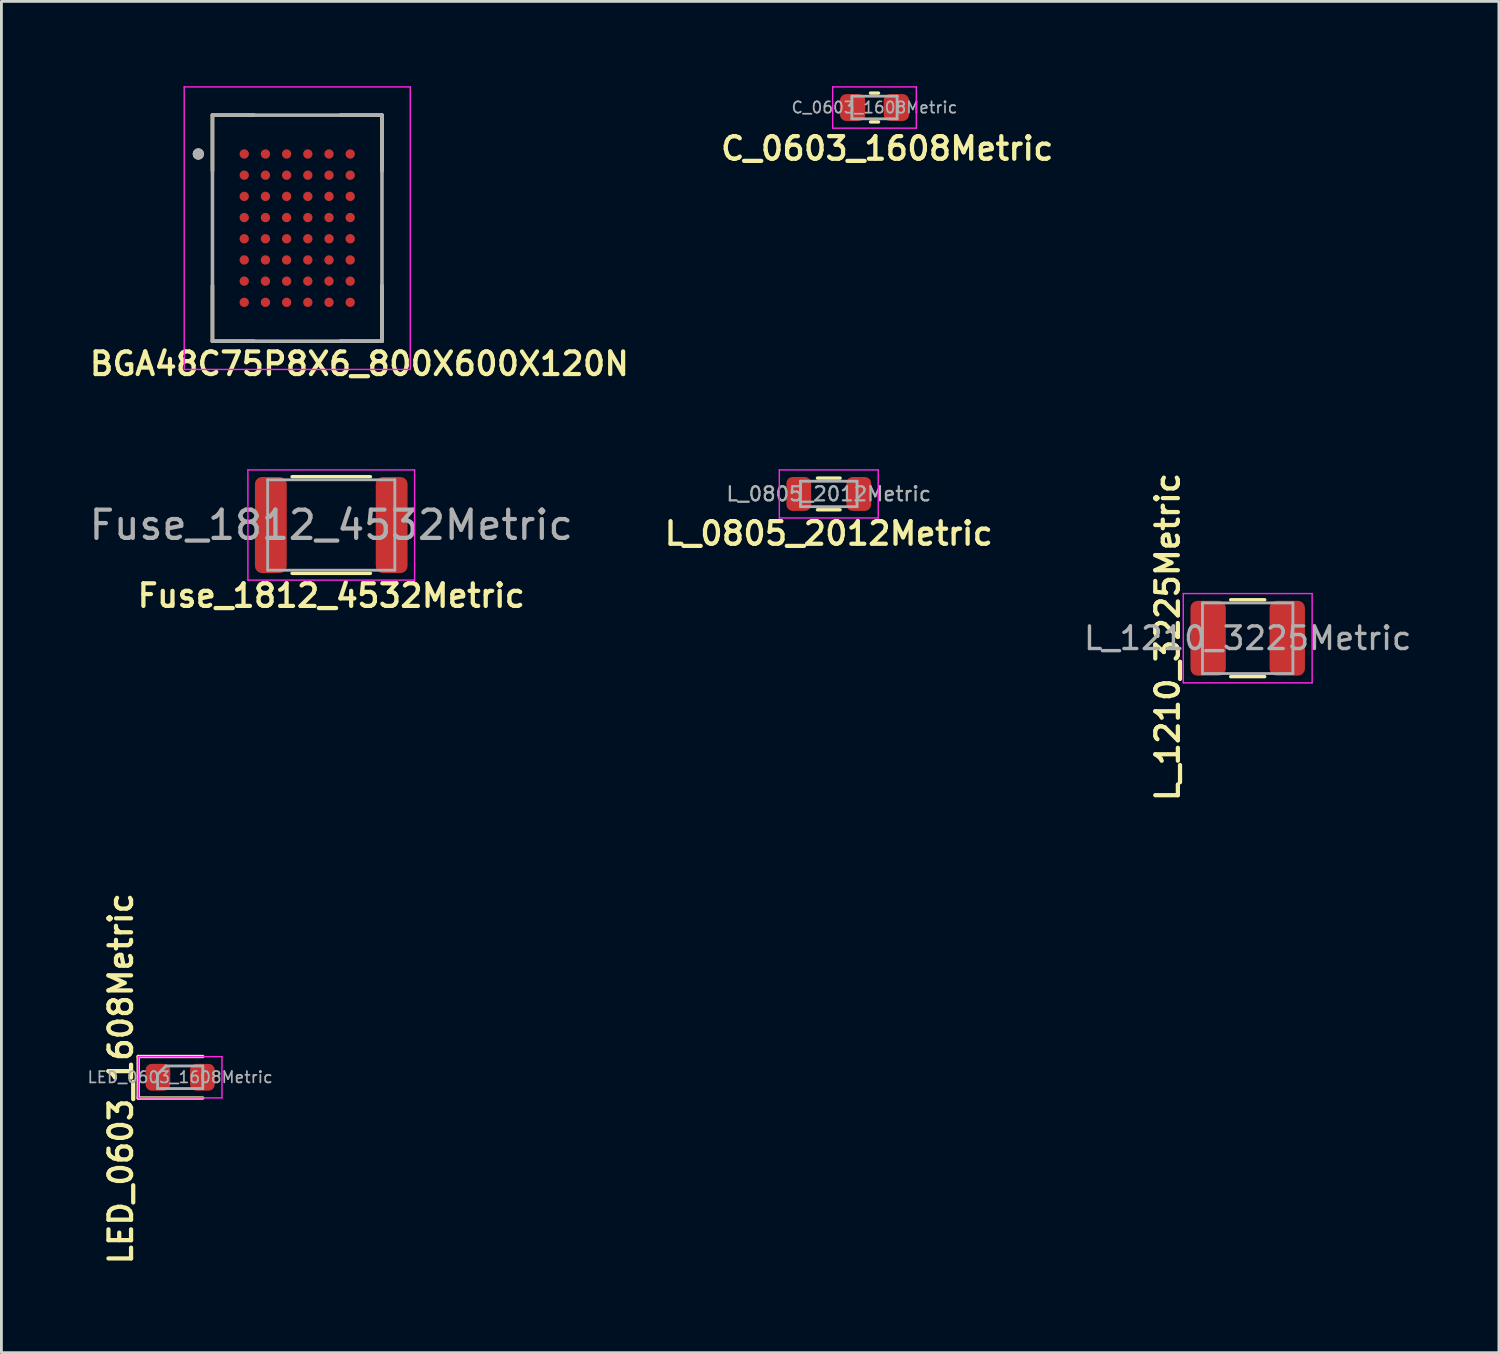
<source format=kicad_pcb>
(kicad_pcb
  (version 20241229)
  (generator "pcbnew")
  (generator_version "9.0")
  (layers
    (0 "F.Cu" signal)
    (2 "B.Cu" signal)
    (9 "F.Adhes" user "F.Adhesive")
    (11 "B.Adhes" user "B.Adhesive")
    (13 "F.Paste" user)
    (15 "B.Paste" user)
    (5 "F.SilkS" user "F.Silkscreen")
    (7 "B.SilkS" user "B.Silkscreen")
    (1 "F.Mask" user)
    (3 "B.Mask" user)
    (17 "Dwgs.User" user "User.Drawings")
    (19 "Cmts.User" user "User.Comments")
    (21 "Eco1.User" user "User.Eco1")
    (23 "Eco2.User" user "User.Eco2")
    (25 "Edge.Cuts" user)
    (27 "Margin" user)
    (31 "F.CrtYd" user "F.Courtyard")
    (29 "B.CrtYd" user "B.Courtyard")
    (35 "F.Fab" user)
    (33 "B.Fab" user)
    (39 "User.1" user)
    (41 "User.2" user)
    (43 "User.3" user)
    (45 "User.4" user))
  (footprint "C_0603_1608Metric"
    (layer "F.Cu")
    (at 27.899 0.755)
    (property "Reference" "C_0603_1608Metric" (at 0.45 1.45 0) (layer "F.SilkS") (effects (font (size 0.8 0.8) (thickness 0.15))))
    (attr smd)
    (fp_line (start -0.141 -0.51) (end 0.141 -0.51) (stroke (width 0.12) (type solid)) (layer "F.SilkS"))
    (fp_line (start -0.141 0.51) (end 0.141 0.51) (stroke (width 0.12) (type solid)) (layer "F.SilkS"))
    (fp_line (start -1.48 -0.73) (end 1.48 -0.73) (stroke (width 0.05) (type solid)) (layer "F.CrtYd"))
    (fp_line (start -1.48 0.73) (end -1.48 -0.73) (stroke (width 0.05) (type solid)) (layer "F.CrtYd"))
    (fp_line (start 1.48 -0.73) (end 1.48 0.73) (stroke (width 0.05) (type solid)) (layer "F.CrtYd"))
    (fp_line (start 1.48 0.73) (end -1.48 0.73) (stroke (width 0.05) (type solid)) (layer "F.CrtYd"))
    (fp_line (start -0.8 -0.4) (end 0.8 -0.4) (stroke (width 0.1) (type solid)) (layer "F.Fab"))
    (fp_line (start -0.8 0.4) (end -0.8 -0.4) (stroke (width 0.1) (type solid)) (layer "F.Fab"))
    (fp_line (start 0.8 -0.4) (end 0.8 0.4) (stroke (width 0.1) (type solid)) (layer "F.Fab"))
    (fp_line (start 0.8 0.4) (end -0.8 0.4) (stroke (width 0.1) (type solid)) (layer "F.Fab"))
    (fp_text user "${REFERENCE}" (at 0 0 0) (layer "F.Fab") (effects (font (size 0.4 0.4) (thickness 0.06))))
    (pad "1" smd roundrect (at -0.775 0 180) (size 0.9 0.95) (layers "F.Cu" "F.Mask" "F.Paste") (roundrect_rratio 0.25))
    (pad "2" smd roundrect (at 0.775 0 180) (size 0.9 0.95) (layers "F.Cu" "F.Mask" "F.Paste") (roundrect_rratio 0.25)))
  (footprint "Fuse_1812_4532Metric"
    (layer "F.Cu")
    (at 8.673 15.531)
    (property "Reference" "Fuse_1812_4532Metric" (at 0 2.5 0) (layer "F.SilkS") (effects (font (size 0.8 0.8) (thickness 0.15))))
    (attr smd)
    (fp_line (start -1.386 -1.71) (end 1.386 -1.71) (stroke (width 0.12) (type solid)) (layer "F.SilkS"))
    (fp_line (start -1.386 1.71) (end 1.386 1.71) (stroke (width 0.12) (type solid)) (layer "F.SilkS"))
    (fp_line (start -2.95 -1.95) (end 2.95 -1.95) (stroke (width 0.05) (type solid)) (layer "F.CrtYd"))
    (fp_line (start -2.95 1.95) (end -2.95 -1.95) (stroke (width 0.05) (type solid)) (layer "F.CrtYd"))
    (fp_line (start 2.95 -1.95) (end 2.95 1.95) (stroke (width 0.05) (type solid)) (layer "F.CrtYd"))
    (fp_line (start 2.95 1.95) (end -2.95 1.95) (stroke (width 0.05) (type solid)) (layer "F.CrtYd"))
    (fp_line (start -2.25 -1.6) (end 2.25 -1.6) (stroke (width 0.1) (type solid)) (layer "F.Fab"))
    (fp_line (start -2.25 1.6) (end -2.25 -1.6) (stroke (width 0.1) (type solid)) (layer "F.Fab"))
    (fp_line (start 2.25 -1.6) (end 2.25 1.6) (stroke (width 0.1) (type solid)) (layer "F.Fab"))
    (fp_line (start 2.25 1.6) (end -2.25 1.6) (stroke (width 0.1) (type solid)) (layer "F.Fab"))
    (fp_text user "${REFERENCE}" (at 0 0 180) (layer "F.Fab") (effects (font (size 1 1) (thickness 0.15))))
    (pad "1" smd roundrect (at -2.138 0) (size 1.125 3.4) (layers "F.Cu" "F.Mask" "F.Paste") (roundrect_rratio 0.222))
    (pad "2" smd roundrect (at 2.138 0) (size 1.125 3.4) (layers "F.Cu" "F.Mask" "F.Paste") (roundrect_rratio 0.222)))
  (footprint "LED_0603_1608Metric"
    (layer "F.Cu")
    (at 3.326 35.075)
    (property "Reference" "LED_0603_1608Metric" (at -2.1 0.05 90) (layer "F.SilkS") (effects (font (size 0.8 0.8) (thickness 0.15))))
    (attr smd)
    (fp_line (start -1.485 -0.735) (end -1.485 0.735) (stroke (width 0.12) (type solid)) (layer "F.SilkS"))
    (fp_line (start -1.485 0.735) (end 0.8 0.735) (stroke (width 0.12) (type solid)) (layer "F.SilkS"))
    (fp_line (start 0.8 -0.735) (end -1.485 -0.735) (stroke (width 0.12) (type solid)) (layer "F.SilkS"))
    (fp_line (start -1.48 -0.73) (end 1.48 -0.73) (stroke (width 0.05) (type solid)) (layer "F.CrtYd"))
    (fp_line (start -1.48 0.73) (end -1.48 -0.73) (stroke (width 0.05) (type solid)) (layer "F.CrtYd"))
    (fp_line (start 1.48 -0.73) (end 1.48 0.73) (stroke (width 0.05) (type solid)) (layer "F.CrtYd"))
    (fp_line (start 1.48 0.73) (end -1.48 0.73) (stroke (width 0.05) (type solid)) (layer "F.CrtYd"))
    (fp_line (start -0.8 -0.1) (end -0.8 0.4) (stroke (width 0.1) (type solid)) (layer "F.Fab"))
    (fp_line (start -0.8 0.4) (end 0.8 0.4) (stroke (width 0.1) (type solid)) (layer "F.Fab"))
    (fp_line (start -0.5 -0.4) (end -0.8 -0.1) (stroke (width 0.1) (type solid)) (layer "F.Fab"))
    (fp_line (start 0.8 -0.4) (end -0.5 -0.4) (stroke (width 0.1) (type solid)) (layer "F.Fab"))
    (fp_line (start 0.8 0.4) (end 0.8 -0.4) (stroke (width 0.1) (type solid)) (layer "F.Fab"))
    (fp_text user "${REFERENCE}" (at 0 0 0) (layer "F.Fab") (effects (font (size 0.4 0.4) (thickness 0.06))))
    (pad "1" smd roundrect (at -0.787 0) (size 0.875 0.95) (layers "F.Cu" "F.Mask" "F.Paste") (roundrect_rratio 0.25))
    (pad "2" smd roundrect (at 0.787 0) (size 0.875 0.95) (layers "F.Cu" "F.Mask" "F.Paste") (roundrect_rratio 0.25)))
  (footprint "L_1210_3225Metric"
    (layer "F.Cu")
    (at 41.107 19.537)
    (property "Reference" "L_1210_3225Metric" (at -2.834 -0.045 270) (layer "F.SilkS") (effects (font (size 0.8 0.8) (thickness 0.15))))
    (attr smd)
    (fp_line (start -0.602 -1.36) (end 0.602 -1.36) (stroke (width 0.12) (type solid)) (layer "F.SilkS"))
    (fp_line (start -0.602 1.36) (end 0.602 1.36) (stroke (width 0.12) (type solid)) (layer "F.SilkS"))
    (fp_line (start -2.28 -1.58) (end 2.28 -1.58) (stroke (width 0.05) (type solid)) (layer "F.CrtYd"))
    (fp_line (start -2.28 1.58) (end -2.28 -1.58) (stroke (width 0.05) (type solid)) (layer "F.CrtYd"))
    (fp_line (start 2.28 -1.58) (end 2.28 1.58) (stroke (width 0.05) (type solid)) (layer "F.CrtYd"))
    (fp_line (start 2.28 1.58) (end -2.28 1.58) (stroke (width 0.05) (type solid)) (layer "F.CrtYd"))
    (fp_line (start -1.6 -1.25) (end 1.6 -1.25) (stroke (width 0.1) (type solid)) (layer "F.Fab"))
    (fp_line (start -1.6 1.25) (end -1.6 -1.25) (stroke (width 0.1) (type solid)) (layer "F.Fab"))
    (fp_line (start 1.6 -1.25) (end 1.6 1.25) (stroke (width 0.1) (type solid)) (layer "F.Fab"))
    (fp_line (start 1.6 1.25) (end -1.6 1.25) (stroke (width 0.1) (type solid)) (layer "F.Fab"))
    (fp_text user "${REFERENCE}" (at 0 0 180) (layer "F.Fab") (effects (font (size 0.8 0.8) (thickness 0.12))))
    (pad "1" smd roundrect (at -1.4 0) (size 1.25 2.65) (layers "F.Cu" "F.Mask" "F.Paste") (roundrect_rratio 0.2))
    (pad "2" smd roundrect (at 1.4 0) (size 1.25 2.65) (layers "F.Cu" "F.Mask" "F.Paste") (roundrect_rratio 0.2)))
  (footprint "BGA48C75P8X6_800X600X120N"
    (layer "F.Cu")
    (at 7.469 5.025)
    (property "Reference" "BGA48C75P8X6_800X600X120N" (at 2.2 4.8 180) (layer "F.SilkS") (effects (font (size 0.8 0.8) (thickness 0.15))))
    (attr smd)
    (fp_line (start -3 -4) (end -3 -2.025) (stroke (width 0.127) (type solid)) (layer "F.SilkS"))
    (fp_line (start -3 -4) (end -1.525 -4) (stroke (width 0.127) (type solid)) (layer "F.SilkS"))
    (fp_line (start -3 4) (end -3 2.025) (stroke (width 0.127) (type solid)) (layer "F.SilkS"))
    (fp_line (start -3 4) (end -1.525 4) (stroke (width 0.127) (type solid)) (layer "F.SilkS"))
    (fp_line (start 3 -4) (end 1.525 -4) (stroke (width 0.127) (type solid)) (layer "F.SilkS"))
    (fp_line (start 3 -4) (end 3 -2.025) (stroke (width 0.127) (type solid)) (layer "F.SilkS"))
    (fp_line (start 3 4) (end 1.525 4) (stroke (width 0.127) (type solid)) (layer "F.SilkS"))
    (fp_line (start 3 4) (end 3 2.025) (stroke (width 0.127) (type solid)) (layer "F.SilkS"))
    (fp_circle (center -3.5 -2.625) (end -3.4 -2.625) (stroke (width 0.2) (type solid)) (fill no) (layer "F.SilkS"))
    (fp_line (start -4 -5) (end 4 -5) (stroke (width 0.05) (type solid)) (layer "F.CrtYd"))
    (fp_line (start -4 5) (end -4 -5) (stroke (width 0.05) (type solid)) (layer "F.CrtYd"))
    (fp_line (start -4 5) (end 4 5) (stroke (width 0.05) (type solid)) (layer "F.CrtYd"))
    (fp_line (start 4 5) (end 4 -5) (stroke (width 0.05) (type solid)) (layer "F.CrtYd"))
    (fp_line (start -3 4) (end -3 -4) (stroke (width 0.127) (type solid)) (layer "F.Fab"))
    (fp_line (start 3 -4) (end -3 -4) (stroke (width 0.127) (type solid)) (layer "F.Fab"))
    (fp_line (start 3 4) (end -3 4) (stroke (width 0.127) (type solid)) (layer "F.Fab"))
    (fp_line (start 3 4) (end 3 -4) (stroke (width 0.127) (type solid)) (layer "F.Fab"))
    (fp_circle (center -3.5 -2.625) (end -3.4 -2.625) (stroke (width 0.2) (type solid)) (fill no) (layer "F.Fab"))
    (pad "A1" smd circle (at -1.875 -2.625) (size 0.33 0.33) (layers "F.Cu" "F.Mask" "F.Paste"))
    (pad "A2" smd circle (at -1.125 -2.625) (size 0.33 0.33) (layers "F.Cu" "F.Mask" "F.Paste"))
    (pad "A3" smd circle (at -0.375 -2.625) (size 0.33 0.33) (layers "F.Cu" "F.Mask" "F.Paste"))
    (pad "A4" smd circle (at 0.375 -2.625) (size 0.33 0.33) (layers "F.Cu" "F.Mask" "F.Paste"))
    (pad "A5" smd circle (at 1.125 -2.625) (size 0.33 0.33) (layers "F.Cu" "F.Mask" "F.Paste"))
    (pad "A6" smd circle (at 1.875 -2.625) (size 0.33 0.33) (layers "F.Cu" "F.Mask" "F.Paste"))
    (pad "B1" smd circle (at -1.875 -1.875) (size 0.33 0.33) (layers "F.Cu" "F.Mask" "F.Paste"))
    (pad "B2" smd circle (at -1.125 -1.875) (size 0.33 0.33) (layers "F.Cu" "F.Mask" "F.Paste"))
    (pad "B3" smd circle (at -0.375 -1.875) (size 0.33 0.33) (layers "F.Cu" "F.Mask" "F.Paste"))
    (pad "B4" smd circle (at 0.375 -1.875) (size 0.33 0.33) (layers "F.Cu" "F.Mask" "F.Paste"))
    (pad "B5" smd circle (at 1.125 -1.875) (size 0.33 0.33) (layers "F.Cu" "F.Mask" "F.Paste"))
    (pad "B6" smd circle (at 1.875 -1.875) (size 0.33 0.33) (layers "F.Cu" "F.Mask" "F.Paste"))
    (pad "C1" smd circle (at -1.875 -1.125) (size 0.33 0.33) (layers "F.Cu" "F.Mask" "F.Paste"))
    (pad "C2" smd circle (at -1.125 -1.125) (size 0.33 0.33) (layers "F.Cu" "F.Mask" "F.Paste"))
    (pad "C3" smd circle (at -0.375 -1.125) (size 0.33 0.33) (layers "F.Cu" "F.Mask" "F.Paste"))
    (pad "C4" smd circle (at 0.375 -1.125) (size 0.33 0.33) (layers "F.Cu" "F.Mask" "F.Paste"))
    (pad "C5" smd circle (at 1.125 -1.125) (size 0.33 0.33) (layers "F.Cu" "F.Mask" "F.Paste"))
    (pad "C6" smd circle (at 1.875 -1.125) (size 0.33 0.33) (layers "F.Cu" "F.Mask" "F.Paste"))
    (pad "D1" smd circle (at -1.875 -0.375) (size 0.33 0.33) (layers "F.Cu" "F.Mask" "F.Paste"))
    (pad "D2" smd circle (at -1.125 -0.375) (size 0.33 0.33) (layers "F.Cu" "F.Mask" "F.Paste"))
    (pad "D3" smd circle (at -0.375 -0.375) (size 0.33 0.33) (layers "F.Cu" "F.Mask" "F.Paste"))
    (pad "D4" smd circle (at 0.375 -0.375) (size 0.33 0.33) (layers "F.Cu" "F.Mask" "F.Paste"))
    (pad "D5" smd circle (at 1.125 -0.375) (size 0.33 0.33) (layers "F.Cu" "F.Mask" "F.Paste"))
    (pad "D6" smd circle (at 1.875 -0.375) (size 0.33 0.33) (layers "F.Cu" "F.Mask" "F.Paste"))
    (pad "E1" smd circle (at -1.875 0.375) (size 0.33 0.33) (layers "F.Cu" "F.Mask" "F.Paste"))
    (pad "E2" smd circle (at -1.125 0.375) (size 0.33 0.33) (layers "F.Cu" "F.Mask" "F.Paste"))
    (pad "E3" smd circle (at -0.375 0.375) (size 0.33 0.33) (layers "F.Cu" "F.Mask" "F.Paste"))
    (pad "E4" smd circle (at 0.375 0.375) (size 0.33 0.33) (layers "F.Cu" "F.Mask" "F.Paste"))
    (pad "E5" smd circle (at 1.125 0.375) (size 0.33 0.33) (layers "F.Cu" "F.Mask" "F.Paste"))
    (pad "E6" smd circle (at 1.875 0.375) (size 0.33 0.33) (layers "F.Cu" "F.Mask" "F.Paste"))
    (pad "F1" smd circle (at -1.875 1.125) (size 0.33 0.33) (layers "F.Cu" "F.Mask" "F.Paste"))
    (pad "F2" smd circle (at -1.125 1.125) (size 0.33 0.33) (layers "F.Cu" "F.Mask" "F.Paste"))
    (pad "F3" smd circle (at -0.375 1.125) (size 0.33 0.33) (layers "F.Cu" "F.Mask" "F.Paste"))
    (pad "F4" smd circle (at 0.375 1.125) (size 0.33 0.33) (layers "F.Cu" "F.Mask" "F.Paste"))
    (pad "F5" smd circle (at 1.125 1.125) (size 0.33 0.33) (layers "F.Cu" "F.Mask" "F.Paste"))
    (pad "F6" smd circle (at 1.875 1.125) (size 0.33 0.33) (layers "F.Cu" "F.Mask" "F.Paste"))
    (pad "G1" smd circle (at -1.875 1.875) (size 0.33 0.33) (layers "F.Cu" "F.Mask" "F.Paste"))
    (pad "G2" smd circle (at -1.125 1.875) (size 0.33 0.33) (layers "F.Cu" "F.Mask" "F.Paste"))
    (pad "G3" smd circle (at -0.375 1.875) (size 0.33 0.33) (layers "F.Cu" "F.Mask" "F.Paste"))
    (pad "G4" smd circle (at 0.375 1.875) (size 0.33 0.33) (layers "F.Cu" "F.Mask" "F.Paste"))
    (pad "G5" smd circle (at 1.125 1.875) (size 0.33 0.33) (layers "F.Cu" "F.Mask" "F.Paste"))
    (pad "G6" smd circle (at 1.875 1.875) (size 0.33 0.33) (layers "F.Cu" "F.Mask" "F.Paste"))
    (pad "H1" smd circle (at -1.875 2.625) (size 0.33 0.33) (layers "F.Cu" "F.Mask" "F.Paste"))
    (pad "H2" smd circle (at -1.125 2.625) (size 0.33 0.33) (layers "F.Cu" "F.Mask" "F.Paste"))
    (pad "H3" smd circle (at -0.375 2.625) (size 0.33 0.33) (layers "F.Cu" "F.Mask" "F.Paste"))
    (pad "H4" smd circle (at 0.375 2.625) (size 0.33 0.33) (layers "F.Cu" "F.Mask" "F.Paste"))
    (pad "H5" smd circle (at 1.125 2.625) (size 0.33 0.33) (layers "F.Cu" "F.Mask" "F.Paste"))
    (pad "H6" smd circle (at 1.875 2.625) (size 0.33 0.33) (layers "F.Cu" "F.Mask" "F.Paste")))
  (footprint "L_0805_2012Metric"
    (layer "F.Cu")
    (at 26.281 14.431)
    (property "Reference" "L_0805_2012Metric" (at 0 1.4 180) (layer "F.SilkS") (effects (font (size 0.8 0.8) (thickness 0.15))))
    (attr smd)
    (fp_line (start -0.4 -0.56) (end 0.4 -0.56) (stroke (width 0.12) (type solid)) (layer "F.SilkS"))
    (fp_line (start -0.4 0.56) (end 0.4 0.56) (stroke (width 0.12) (type solid)) (layer "F.SilkS"))
    (fp_line (start -1.75 -0.85) (end 1.75 -0.85) (stroke (width 0.05) (type solid)) (layer "F.CrtYd"))
    (fp_line (start -1.75 0.85) (end -1.75 -0.85) (stroke (width 0.05) (type solid)) (layer "F.CrtYd"))
    (fp_line (start 1.75 -0.85) (end 1.75 0.85) (stroke (width 0.05) (type solid)) (layer "F.CrtYd"))
    (fp_line (start 1.75 0.85) (end -1.75 0.85) (stroke (width 0.05) (type solid)) (layer "F.CrtYd"))
    (fp_line (start -1 -0.45) (end 1 -0.45) (stroke (width 0.1) (type solid)) (layer "F.Fab"))
    (fp_line (start -1 0.45) (end -1 -0.45) (stroke (width 0.1) (type solid)) (layer "F.Fab"))
    (fp_line (start 1 -0.45) (end 1 0.45) (stroke (width 0.1) (type solid)) (layer "F.Fab"))
    (fp_line (start 1 0.45) (end -1 0.45) (stroke (width 0.1) (type solid)) (layer "F.Fab"))
    (fp_text user "${REFERENCE}" (at 0 0 180) (layer "F.Fab") (effects (font (size 0.5 0.5) (thickness 0.08))))
    (pad "1" smd roundrect (at -1.062 0) (size 0.875 1.2) (layers "F.Cu" "F.Mask" "F.Paste") (roundrect_rratio 0.25))
    (pad "2" smd roundrect (at 1.062 0) (size 0.875 1.2) (layers "F.Cu" "F.Mask" "F.Paste") (roundrect_rratio 0.25)))
  (gr_rect
    (start -3 -3)
    (end 49.997 44.822)
    (stroke (width 0.1) (type default))
    (fill no)
    (layer "Edge.Cuts")))
</source>
